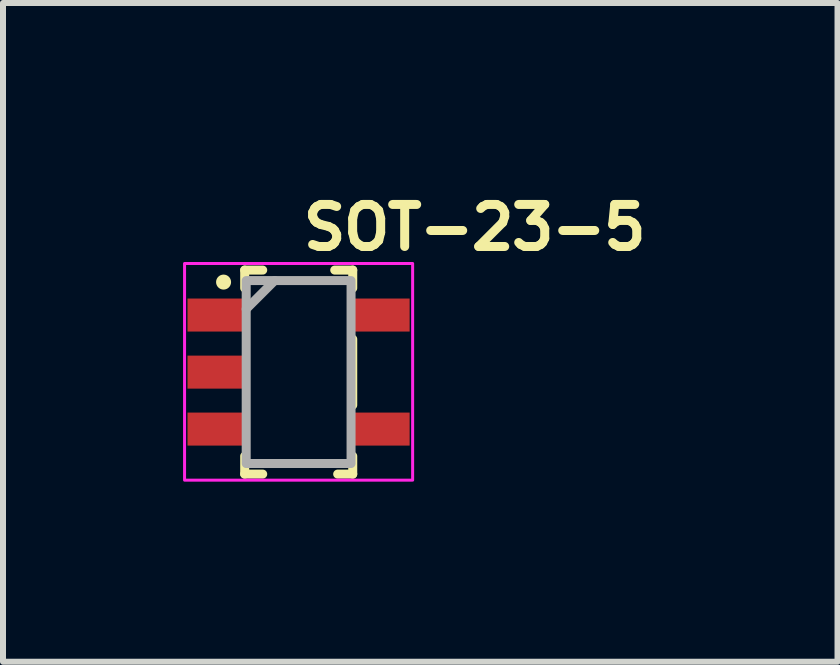
<source format=kicad_pcb>
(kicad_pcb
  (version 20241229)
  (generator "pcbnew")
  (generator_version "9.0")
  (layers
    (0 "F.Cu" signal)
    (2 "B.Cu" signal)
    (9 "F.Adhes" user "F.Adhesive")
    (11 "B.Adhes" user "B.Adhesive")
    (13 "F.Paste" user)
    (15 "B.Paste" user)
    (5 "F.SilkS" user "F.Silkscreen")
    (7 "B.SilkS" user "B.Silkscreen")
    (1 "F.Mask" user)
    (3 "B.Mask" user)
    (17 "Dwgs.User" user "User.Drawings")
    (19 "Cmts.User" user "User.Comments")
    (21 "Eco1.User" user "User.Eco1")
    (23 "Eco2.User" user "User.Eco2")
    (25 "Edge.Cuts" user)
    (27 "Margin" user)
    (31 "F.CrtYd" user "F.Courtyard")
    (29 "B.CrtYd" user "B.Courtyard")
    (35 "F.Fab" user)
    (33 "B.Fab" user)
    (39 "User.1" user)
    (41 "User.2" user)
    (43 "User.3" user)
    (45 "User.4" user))
  (footprint "SOT-23-5"
    (layer "F.Cu")
    (at 1.925 3.15)
    (property "Reference" "SOT-23-5" (at 0.002 -2 0) (layer "F.SilkS") (effects (font (size 0.7 0.7) (thickness 0.15)) (justify left bottom)))
    (attr smd)
    (fp_line (start -0.898 -1.7) (end -0.898 -1.4) (stroke (width 0.15) (type solid)) (layer "F.SilkS"))
    (fp_line (start -0.898 -1.7) (end -0.598 -1.7) (stroke (width 0.15) (type solid)) (layer "F.SilkS"))
    (fp_line (start -0.898 1.699) (end -0.898 1.4) (stroke (width 0.15) (type solid)) (layer "F.SilkS"))
    (fp_line (start -0.598 1.699) (end -0.898 1.699) (stroke (width 0.15) (type solid)) (layer "F.SilkS"))
    (fp_line (start 0.902 -1.7) (end 0.602 -1.7) (stroke (width 0.15) (type solid)) (layer "F.SilkS"))
    (fp_line (start 0.902 -1.4) (end 0.902 -1.7) (stroke (width 0.15) (type solid)) (layer "F.SilkS"))
    (fp_line (start 0.902 0.55) (end 0.902 -0.55) (stroke (width 0.15) (type solid)) (layer "F.SilkS"))
    (fp_line (start 0.902 1.4) (end 0.902 1.699) (stroke (width 0.15) (type solid)) (layer "F.SilkS"))
    (fp_line (start 0.902 1.699) (end 0.651 1.699) (stroke (width 0.15) (type solid)) (layer "F.SilkS"))
    (fp_circle (center -1.25 -1.5) (end -1.2 -1.5) (stroke (width 0.15) (type solid)) (fill yes) (layer "F.SilkS"))
    (fp_rect (start 1.9 -1.81) (end -1.9 1.8) (stroke (width 0.05) (type solid)) (fill no) (layer "F.CrtYd"))
    (fp_line (start -0.398 -1.526) (end -0.874 -1.05) (stroke (width 0.15) (type solid)) (layer "F.Fab"))
    (fp_rect (start 0.874 1.523) (end -0.873 -1.525) (stroke (width 0.15) (type solid)) (fill no) (layer "F.Fab"))
    (fp_rect (start 1.249 -1.5) (end -1.25 1.499) (stroke (width 0.1) (type solid)) (fill no) (layer "User.5"))
    (fp_line (start -1.25 -1.176) (end -1.25 -0.725) (stroke (width 0.02) (type solid)) (layer "User.9"))
    (fp_line (start -1.25 0.225) (end -1.25 -0.227) (stroke (width 0.02) (type solid)) (layer "User.9"))
    (fp_line (start -1.25 1.175) (end -1.25 0.723) (stroke (width 0.02) (type solid)) (layer "User.9"))
    (fp_line (start -1.027 -1.176) (end -1.25 -1.176) (stroke (width 0.02) (type solid)) (layer "User.9"))
    (fp_line (start -1.027 -1.176) (end -0.977 -1.176) (stroke (width 0.02) (type solid)) (layer "User.9"))
    (fp_line (start -1.027 -0.725) (end -1.25 -0.725) (stroke (width 0.02) (type solid)) (layer "User.9"))
    (fp_line (start -1.027 -0.227) (end -1.25 -0.227) (stroke (width 0.02) (type solid)) (layer "User.9"))
    (fp_line (start -1.027 -0.227) (end -0.977 -0.227) (stroke (width 0.02) (type solid)) (layer "User.9"))
    (fp_line (start -1.027 0.225) (end -1.25 0.225) (stroke (width 0.02) (type solid)) (layer "User.9"))
    (fp_line (start -1.027 0.723) (end -1.25 0.723) (stroke (width 0.02) (type solid)) (layer "User.9"))
    (fp_line (start -1.027 0.723) (end -0.977 0.723) (stroke (width 0.02) (type solid)) (layer "User.9"))
    (fp_line (start -1.027 1.175) (end -1.25 1.175) (stroke (width 0.02) (type solid)) (layer "User.9"))
    (fp_line (start -0.977 -0.725) (end -1.027 -0.725) (stroke (width 0.02) (type solid)) (layer "User.9"))
    (fp_line (start -0.977 0.225) (end -1.027 0.225) (stroke (width 0.02) (type solid)) (layer "User.9"))
    (fp_line (start -0.977 1.175) (end -1.027 1.175) (stroke (width 0.02) (type solid)) (layer "User.9"))
    (fp_line (start -0.956 -1.176) (end -0.977 -1.176) (stroke (width 0.02) (type solid)) (layer "User.9"))
    (fp_line (start -0.956 -1.176) (end -0.756 -1.176) (stroke (width 0.02) (type solid)) (layer "User.9"))
    (fp_line (start -0.956 -0.725) (end -0.977 -0.725) (stroke (width 0.02) (type solid)) (layer "User.9"))
    (fp_line (start -0.956 -0.227) (end -0.977 -0.227) (stroke (width 0.02) (type solid)) (layer "User.9"))
    (fp_line (start -0.956 -0.227) (end -0.756 -0.227) (stroke (width 0.02) (type solid)) (layer "User.9"))
    (fp_line (start -0.956 0.225) (end -0.977 0.225) (stroke (width 0.02) (type solid)) (layer "User.9"))
    (fp_line (start -0.956 0.723) (end -0.977 0.723) (stroke (width 0.02) (type solid)) (layer "User.9"))
    (fp_line (start -0.956 0.723) (end -0.756 0.723) (stroke (width 0.02) (type solid)) (layer "User.9"))
    (fp_line (start -0.956 1.175) (end -0.977 1.175) (stroke (width 0.02) (type solid)) (layer "User.9"))
    (fp_line (start -0.756 -0.725) (end -0.956 -0.725) (stroke (width 0.02) (type solid)) (layer "User.9"))
    (fp_line (start -0.756 0.225) (end -0.956 0.225) (stroke (width 0.02) (type solid)) (layer "User.9"))
    (fp_line (start -0.756 1.175) (end -0.956 1.175) (stroke (width 0.02) (type solid)) (layer "User.9"))
    (fp_line (start -0.7 -1.5) (end -0.7 -1.176) (stroke (width 0.02) (type solid)) (layer "User.9"))
    (fp_line (start -0.7 -1.176) (end -0.756 -1.176) (stroke (width 0.02) (type solid)) (layer "User.9"))
    (fp_line (start -0.7 -1.176) (end -0.7 -0.725) (stroke (width 0.02) (type solid)) (layer "User.9"))
    (fp_line (start -0.7 -0.725) (end -0.756 -0.725) (stroke (width 0.02) (type solid)) (layer "User.9"))
    (fp_line (start -0.7 -0.725) (end -0.7 -0.227) (stroke (width 0.02) (type solid)) (layer "User.9"))
    (fp_line (start -0.7 -0.227) (end -0.756 -0.227) (stroke (width 0.02) (type solid)) (layer "User.9"))
    (fp_line (start -0.7 -0.227) (end -0.7 0.225) (stroke (width 0.02) (type solid)) (layer "User.9"))
    (fp_line (start -0.7 0.225) (end -0.756 0.225) (stroke (width 0.02) (type solid)) (layer "User.9"))
    (fp_line (start -0.7 0.225) (end -0.7 0.723) (stroke (width 0.02) (type solid)) (layer "User.9"))
    (fp_line (start -0.7 0.723) (end -0.756 0.723) (stroke (width 0.02) (type solid)) (layer "User.9"))
    (fp_line (start -0.7 0.723) (end -0.7 1.175) (stroke (width 0.02) (type solid)) (layer "User.9"))
    (fp_line (start -0.7 1.175) (end -0.756 1.175) (stroke (width 0.02) (type solid)) (layer "User.9"))
    (fp_line (start -0.7 1.175) (end -0.7 1.499) (stroke (width 0.02) (type solid)) (layer "User.9"))
    (fp_line (start -0.7 1.499) (end 0.7 1.499) (stroke (width 0.02) (type solid)) (layer "User.9"))
    (fp_line (start -0.652 -1.452) (end -0.7 -1.5) (stroke (width 0.02) (type solid)) (layer "User.9"))
    (fp_line (start -0.652 -1.452) (end -0.652 1.451) (stroke (width 0.02) (type solid)) (layer "User.9"))
    (fp_line (start -0.652 1.451) (end -0.7 1.499) (stroke (width 0.02) (type solid)) (layer "User.9"))
    (fp_line (start -0.652 1.451) (end 0.652 1.451) (stroke (width 0.02) (type solid)) (layer "User.9"))
    (fp_line (start 0.652 -1.452) (end -0.652 -1.452) (stroke (width 0.02) (type solid)) (layer "User.9"))
    (fp_line (start 0.652 -1.452) (end 0.7 -1.5) (stroke (width 0.02) (type solid)) (layer "User.9"))
    (fp_line (start 0.652 1.451) (end 0.652 -1.452) (stroke (width 0.02) (type solid)) (layer "User.9"))
    (fp_line (start 0.652 1.451) (end 0.7 1.499) (stroke (width 0.02) (type solid)) (layer "User.9"))
    (fp_line (start 0.7 -1.5) (end -0.7 -1.5) (stroke (width 0.02) (type solid)) (layer "User.9"))
    (fp_line (start 0.7 -1.176) (end 0.7 -1.5) (stroke (width 0.02) (type solid)) (layer "User.9"))
    (fp_line (start 0.7 -1.176) (end 0.756 -1.176) (stroke (width 0.02) (type solid)) (layer "User.9"))
    (fp_line (start 0.7 -0.725) (end 0.7 -1.176) (stroke (width 0.02) (type solid)) (layer "User.9"))
    (fp_line (start 0.7 -0.725) (end 0.756 -0.725) (stroke (width 0.02) (type solid)) (layer "User.9"))
    (fp_line (start 0.7 0.723) (end 0.7 -0.725) (stroke (width 0.02) (type solid)) (layer "User.9"))
    (fp_line (start 0.7 0.723) (end 0.756 0.723) (stroke (width 0.02) (type solid)) (layer "User.9"))
    (fp_line (start 0.7 1.175) (end 0.7 0.723) (stroke (width 0.02) (type solid)) (layer "User.9"))
    (fp_line (start 0.7 1.175) (end 0.756 1.175) (stroke (width 0.02) (type solid)) (layer "User.9"))
    (fp_line (start 0.7 1.499) (end 0.7 1.175) (stroke (width 0.02) (type solid)) (layer "User.9"))
    (fp_line (start 0.756 -1.176) (end 0.956 -1.176) (stroke (width 0.02) (type solid)) (layer "User.9"))
    (fp_line (start 0.756 0.723) (end 0.956 0.723) (stroke (width 0.02) (type solid)) (layer "User.9"))
    (fp_line (start 0.956 -1.176) (end 0.977 -1.176) (stroke (width 0.02) (type solid)) (layer "User.9"))
    (fp_line (start 0.956 -0.725) (end 0.756 -0.725) (stroke (width 0.02) (type solid)) (layer "User.9"))
    (fp_line (start 0.956 -0.725) (end 0.977 -0.725) (stroke (width 0.02) (type solid)) (layer "User.9"))
    (fp_line (start 0.956 0.723) (end 0.977 0.723) (stroke (width 0.02) (type solid)) (layer "User.9"))
    (fp_line (start 0.956 1.175) (end 0.756 1.175) (stroke (width 0.02) (type solid)) (layer "User.9"))
    (fp_line (start 0.956 1.175) (end 0.977 1.175) (stroke (width 0.02) (type solid)) (layer "User.9"))
    (fp_line (start 0.977 -1.176) (end 1.026 -1.176) (stroke (width 0.02) (type solid)) (layer "User.9"))
    (fp_line (start 0.977 0.723) (end 1.026 0.723) (stroke (width 0.02) (type solid)) (layer "User.9"))
    (fp_line (start 1.026 -1.176) (end 1.249 -1.176) (stroke (width 0.02) (type solid)) (layer "User.9"))
    (fp_line (start 1.026 -0.725) (end 0.977 -0.725) (stroke (width 0.02) (type solid)) (layer "User.9"))
    (fp_line (start 1.026 -0.725) (end 1.249 -0.725) (stroke (width 0.02) (type solid)) (layer "User.9"))
    (fp_line (start 1.026 0.723) (end 1.249 0.723) (stroke (width 0.02) (type solid)) (layer "User.9"))
    (fp_line (start 1.026 1.175) (end 0.977 1.175) (stroke (width 0.02) (type solid)) (layer "User.9"))
    (fp_line (start 1.026 1.175) (end 1.249 1.175) (stroke (width 0.02) (type solid)) (layer "User.9"))
    (fp_line (start 1.249 -1.176) (end 1.249 -0.725) (stroke (width 0.02) (type solid)) (layer "User.9"))
    (fp_line (start 1.249 1.175) (end 1.249 0.723) (stroke (width 0.02) (type solid)) (layer "User.9"))
    (pad "1" smd rect (at -1.351 -0.951 270) (size 0.55 1) (layers "F.Cu" "F.Mask" "F.Paste"))
    (pad "2" smd rect (at -1.351 0 270) (size 0.55 1) (layers "F.Cu" "F.Mask" "F.Paste"))
    (pad "3" smd rect (at -1.351 0.949 270) (size 0.55 1) (layers "F.Cu" "F.Mask" "F.Paste"))
    (pad "4" smd rect (at 1.35 0.949 270) (size 0.55 1) (layers "F.Cu" "F.Mask" "F.Paste"))
    (pad "5" smd rect (at 1.35 -0.951 270) (size 0.55 1) (layers "F.Cu" "F.Mask" "F.Paste")))
  (gr_rect
    (start -3 -3)
    (end 10.904 7.975)
    (stroke (width 0.1) (type default))
    (fill no)
    (layer "Edge.Cuts")))
</source>
